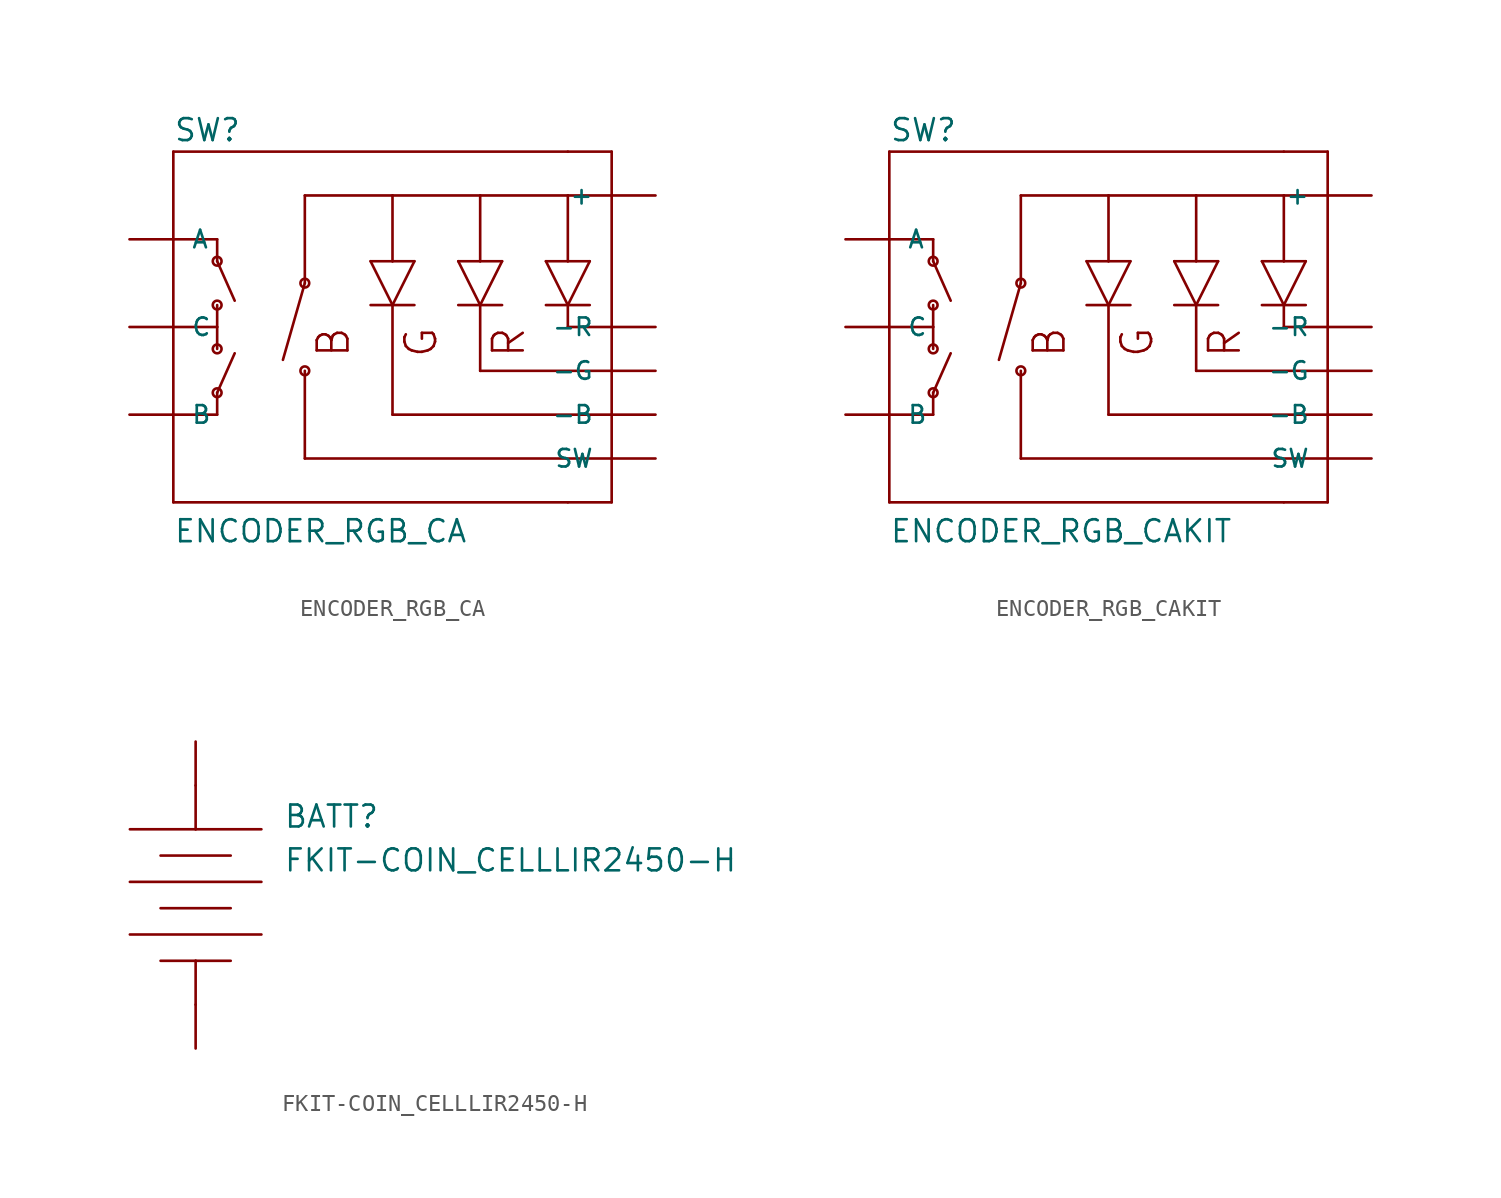
<source format=kicad_sym>
(kicad_symbol_lib
  (version 20211014)
  (generator kicad_symbol_editor)
  (symbol "ENCODER_RGB_CA"
    (pin_numbers hide)
    (pin_names
      (offset 1.016))
    (property "Reference" "SW"
      (at -12.7 10.668 0)
      (effects (font (size 1.27 1.27)) (justify left bottom)))
    (property "Value" "ENCODER_RGB_CA"
      (at -12.7 -12.573 0)
      (effects (font (size 1.27 1.27)) (justify left bottom)))
    (property "ki_locked" ""
      (at 0 0 0)
      (effects (font (size 1.27 1.27))))
    (symbol "ENCODER_RGB_CA_1_0"
      (polyline (pts (xy -12.7 -10.16) (xy 10.16 -10.16)) (stroke (width 0) (type default) (color 0 0 0 0)) (fill (type none)))
      (polyline (pts (xy -12.7 -5.08) (xy -12.7 -10.16)) (stroke (width 0) (type default) (color 0 0 0 0)) (fill (type none)))
      (polyline (pts (xy -12.7 0) (xy -12.7 -5.08)) (stroke (width 0) (type default) (color 0 0 0 0)) (fill (type none)))
      (polyline (pts (xy -12.7 5.08) (xy -12.7 0)) (stroke (width 0) (type default) (color 0 0 0 0)) (fill (type none)))
      (polyline (pts (xy -12.7 5.08) (xy -10.16 5.08)) (stroke (width 0) (type default) (color 0 0 0 0)) (fill (type none)))
      (polyline (pts (xy -12.7 10.16) (xy -12.7 5.08)) (stroke (width 0) (type default) (color 0 0 0 0)) (fill (type none)))
      (polyline (pts (xy -10.16 -5.08) (xy -12.7 -5.08)) (stroke (width 0) (type default) (color 0 0 0 0)) (fill (type none)))
      (polyline (pts (xy -10.16 -5.08) (xy -10.16 -3.81)) (stroke (width 0) (type default) (color 0 0 0 0)) (fill (type none)))
      (polyline (pts (xy -10.16 -3.81) (xy -9.144 -1.524)) (stroke (width 0) (type default) (color 0 0 0 0)) (fill (type none)))
      (polyline (pts (xy -10.16 0) (xy -12.7 0)) (stroke (width 0) (type default) (color 0 0 0 0)) (fill (type none)))
      (polyline (pts (xy -10.16 0) (xy -10.16 -1.27)) (stroke (width 0) (type default) (color 0 0 0 0)) (fill (type none)))
      (polyline (pts (xy -10.16 0) (xy -10.16 1.27)) (stroke (width 0) (type default) (color 0 0 0 0)) (fill (type none)))
      (polyline (pts (xy -10.16 3.81) (xy -9.144 1.524)) (stroke (width 0) (type default) (color 0 0 0 0)) (fill (type none)))
      (polyline (pts (xy -10.16 5.08) (xy -10.16 3.81)) (stroke (width 0) (type default) (color 0 0 0 0)) (fill (type none)))
      (polyline (pts (xy -5.08 -7.62) (xy -5.08 -2.54)) (stroke (width 0) (type default) (color 0 0 0 0)) (fill (type none)))
      (polyline (pts (xy -5.08 -7.62) (xy 12.7 -7.62)) (stroke (width 0) (type default) (color 0 0 0 0)) (fill (type none)))
      (polyline (pts (xy -5.08 2.54) (xy -6.35 -1.905)) (stroke (width 0) (type default) (color 0 0 0 0)) (fill (type none)))
      (polyline (pts (xy -5.08 7.62) (xy -5.08 2.54)) (stroke (width 0) (type default) (color 0 0 0 0)) (fill (type none)))
      (polyline (pts (xy -5.08 7.62) (xy 0 7.62)) (stroke (width 0) (type default) (color 0 0 0 0)) (fill (type none)))
      (polyline (pts (xy -1.27 1.27) (xy 0 1.27)) (stroke (width 0) (type default) (color 0 0 0 0)) (fill (type none)))
      (polyline (pts (xy -1.27 3.81) (xy 0 1.27)) (stroke (width 0) (type default) (color 0 0 0 0)) (fill (type none)))
      (polyline (pts (xy -1.27 3.81) (xy 0 3.81)) (stroke (width 0) (type default) (color 0 0 0 0)) (fill (type none)))
      (polyline (pts (xy 0 -5.08) (xy 0 1.27)) (stroke (width 0) (type default) (color 0 0 0 0)) (fill (type none)))
      (polyline (pts (xy 0 -5.08) (xy 12.7 -5.08)) (stroke (width 0) (type default) (color 0 0 0 0)) (fill (type none)))
      (polyline (pts (xy 0 1.27) (xy 1.27 1.27)) (stroke (width 0) (type default) (color 0 0 0 0)) (fill (type none)))
      (polyline (pts (xy 0 1.27) (xy 1.27 3.81)) (stroke (width 0) (type default) (color 0 0 0 0)) (fill (type none)))
      (polyline (pts (xy 0 3.81) (xy 1.27 3.81)) (stroke (width 0) (type default) (color 0 0 0 0)) (fill (type none)))
      (polyline (pts (xy 0 7.62) (xy 0 3.81)) (stroke (width 0) (type default) (color 0 0 0 0)) (fill (type none)))
      (polyline (pts (xy 0 7.62) (xy 5.08 7.62)) (stroke (width 0) (type default) (color 0 0 0 0)) (fill (type none)))
      (polyline (pts (xy 3.81 1.27) (xy 5.08 1.27)) (stroke (width 0) (type default) (color 0 0 0 0)) (fill (type none)))
      (polyline (pts (xy 3.81 3.81) (xy 5.08 1.27)) (stroke (width 0) (type default) (color 0 0 0 0)) (fill (type none)))
      (polyline (pts (xy 3.81 3.81) (xy 5.08 3.81)) (stroke (width 0) (type default) (color 0 0 0 0)) (fill (type none)))
      (polyline (pts (xy 5.08 -2.54) (xy 5.08 1.27)) (stroke (width 0) (type default) (color 0 0 0 0)) (fill (type none)))
      (polyline (pts (xy 5.08 -2.54) (xy 12.7 -2.54)) (stroke (width 0) (type default) (color 0 0 0 0)) (fill (type none)))
      (polyline (pts (xy 5.08 1.27) (xy 6.35 1.27)) (stroke (width 0) (type default) (color 0 0 0 0)) (fill (type none)))
      (polyline (pts (xy 5.08 1.27) (xy 6.35 3.81)) (stroke (width 0) (type default) (color 0 0 0 0)) (fill (type none)))
      (polyline (pts (xy 5.08 3.81) (xy 6.35 3.81)) (stroke (width 0) (type default) (color 0 0 0 0)) (fill (type none)))
      (polyline (pts (xy 5.08 7.62) (xy 5.08 3.81)) (stroke (width 0) (type default) (color 0 0 0 0)) (fill (type none)))
      (polyline (pts (xy 5.08 7.62) (xy 10.16 7.62)) (stroke (width 0) (type default) (color 0 0 0 0)) (fill (type none)))
      (polyline (pts (xy 8.89 1.27) (xy 10.16 1.27)) (stroke (width 0) (type default) (color 0 0 0 0)) (fill (type none)))
      (polyline (pts (xy 8.89 3.81) (xy 10.16 1.27)) (stroke (width 0) (type default) (color 0 0 0 0)) (fill (type none)))
      (polyline (pts (xy 8.89 3.81) (xy 10.16 3.81)) (stroke (width 0) (type default) (color 0 0 0 0)) (fill (type none)))
      (polyline (pts (xy 10.16 0) (xy 10.16 1.27)) (stroke (width 0) (type default) (color 0 0 0 0)) (fill (type none)))
      (polyline (pts (xy 10.16 0) (xy 12.7 0)) (stroke (width 0) (type default) (color 0 0 0 0)) (fill (type none)))
      (polyline (pts (xy 10.16 1.27) (xy 11.43 1.27)) (stroke (width 0) (type default) (color 0 0 0 0)) (fill (type none)))
      (polyline (pts (xy 10.16 1.27) (xy 11.43 3.81)) (stroke (width 0) (type default) (color 0 0 0 0)) (fill (type none)))
      (polyline (pts (xy 10.16 3.81) (xy 11.43 3.81)) (stroke (width 0) (type default) (color 0 0 0 0)) (fill (type none)))
      (polyline (pts (xy 10.16 7.62) (xy 10.16 3.81)) (stroke (width 0) (type default) (color 0 0 0 0)) (fill (type none)))
      (polyline (pts (xy 10.16 7.62) (xy 12.7 7.62)) (stroke (width 0) (type default) (color 0 0 0 0)) (fill (type none)))
      (polyline (pts (xy 10.16 10.16) (xy -12.7 10.16)) (stroke (width 0) (type default) (color 0 0 0 0)) (fill (type none)))
      (polyline (pts (xy 10.16 10.16) (xy 12.7 10.16)) (stroke (width 0) (type default) (color 0 0 0 0)) (fill (type none)))
      (polyline (pts (xy 12.7 -10.16) (xy 10.16 -10.16)) (stroke (width 0) (type default) (color 0 0 0 0)) (fill (type none)))
      (polyline (pts (xy 12.7 10.16) (xy 12.7 -10.16)) (stroke (width 0) (type default) (color 0 0 0 0)) (fill (type none)))
      (text "B" (at -3.429 -0.889 1800) (effects (font (size 1.778 1.778))))
      (text "G" (at 1.651 -0.889 1800) (effects (font (size 1.778 1.778))))
      (text "R" (at 6.731 -0.889 1800) (effects (font (size 1.778 1.778)))))
    (symbol "ENCODER_RGB_CA_1_1"
      (circle (center -10.16 -3.81) (radius 0.254) (stroke (width 0) (type default) (color 0 0 0 0)) (fill (type none)))
      (circle (center -10.16 -1.27) (radius 0.254) (stroke (width 0) (type default) (color 0 0 0 0)) (fill (type none)))
      (circle (center -10.16 1.27) (radius 0.254) (stroke (width 0) (type default) (color 0 0 0 0)) (fill (type none)))
      (circle (center -10.16 3.81) (radius 0.254) (stroke (width 0) (type default) (color 0 0 0 0)) (fill (type none)))
      (circle (center -5.08 -2.54) (radius 0.254) (stroke (width 0) (type default) (color 0 0 0 0)) (fill (type none)))
      (circle (center -5.08 2.54) (radius 0.254) (stroke (width 0) (type default) (color 0 0 0 0)) (fill (type none)))
      (pin passive line (at 15.24 0 180) (length 2.54) (name "-R" (effects (font (size 1.016 1.016)))) (number "1" (effects (font (size 1.016 1.016)))))
      (pin passive line (at 15.24 -2.54 180) (length 2.54) (name "-G" (effects (font (size 1.016 1.016)))) (number "2" (effects (font (size 1.016 1.016)))))
      (pin passive line (at 15.24 -7.62 180) (length 2.54) (name "SW" (effects (font (size 1.016 1.016)))) (number "3" (effects (font (size 1.016 1.016)))))
      (pin passive line (at 15.24 -5.08 180) (length 2.54) (name "-B" (effects (font (size 1.016 1.016)))) (number "4" (effects (font (size 1.016 1.016)))))
      (pin passive line (at 15.24 7.62 180) (length 2.54) (name "+" (effects (font (size 1.016 1.016)))) (number "5" (effects (font (size 1.016 1.016)))))
      (pin bidirectional line (at -15.24 5.08 0) (length 2.54) (name "A" (effects (font (size 1.016 1.016)))) (number "A" (effects (font (size 1.016 1.016)))))
      (pin bidirectional line (at -15.24 -5.08 0) (length 2.54) (name "B" (effects (font (size 1.016 1.016)))) (number "B" (effects (font (size 1.016 1.016)))))
      (pin bidirectional line (at -15.24 0 0) (length 2.54) (name "C" (effects (font (size 1.016 1.016)))) (number "C" (effects (font (size 1.016 1.016)))))))
  (symbol "ENCODER_RGB_CAKIT"
    (pin_numbers hide)
    (pin_names
      (offset 1.016))
    (property "Reference" "SW"
      (at -12.7 10.668 0)
      (effects (font (size 1.27 1.27)) (justify left bottom)))
    (property "Value" "ENCODER_RGB_CAKIT"
      (at -12.7 -12.573 0)
      (effects (font (size 1.27 1.27)) (justify left bottom)))
    (property "ki_locked" ""
      (at 0 0 0)
      (effects (font (size 1.27 1.27))))
    (symbol "ENCODER_RGB_CAKIT_1_0"
      (polyline (pts (xy -12.7 -10.16) (xy 10.16 -10.16)) (stroke (width 0) (type default) (color 0 0 0 0)) (fill (type none)))
      (polyline (pts (xy -12.7 -5.08) (xy -12.7 -10.16)) (stroke (width 0) (type default) (color 0 0 0 0)) (fill (type none)))
      (polyline (pts (xy -12.7 0) (xy -12.7 -5.08)) (stroke (width 0) (type default) (color 0 0 0 0)) (fill (type none)))
      (polyline (pts (xy -12.7 5.08) (xy -12.7 0)) (stroke (width 0) (type default) (color 0 0 0 0)) (fill (type none)))
      (polyline (pts (xy -12.7 5.08) (xy -10.16 5.08)) (stroke (width 0) (type default) (color 0 0 0 0)) (fill (type none)))
      (polyline (pts (xy -12.7 10.16) (xy -12.7 5.08)) (stroke (width 0) (type default) (color 0 0 0 0)) (fill (type none)))
      (polyline (pts (xy -10.16 -5.08) (xy -12.7 -5.08)) (stroke (width 0) (type default) (color 0 0 0 0)) (fill (type none)))
      (polyline (pts (xy -10.16 -5.08) (xy -10.16 -3.81)) (stroke (width 0) (type default) (color 0 0 0 0)) (fill (type none)))
      (polyline (pts (xy -10.16 -3.81) (xy -9.144 -1.524)) (stroke (width 0) (type default) (color 0 0 0 0)) (fill (type none)))
      (polyline (pts (xy -10.16 0) (xy -12.7 0)) (stroke (width 0) (type default) (color 0 0 0 0)) (fill (type none)))
      (polyline (pts (xy -10.16 0) (xy -10.16 -1.27)) (stroke (width 0) (type default) (color 0 0 0 0)) (fill (type none)))
      (polyline (pts (xy -10.16 0) (xy -10.16 1.27)) (stroke (width 0) (type default) (color 0 0 0 0)) (fill (type none)))
      (polyline (pts (xy -10.16 3.81) (xy -9.144 1.524)) (stroke (width 0) (type default) (color 0 0 0 0)) (fill (type none)))
      (polyline (pts (xy -10.16 5.08) (xy -10.16 3.81)) (stroke (width 0) (type default) (color 0 0 0 0)) (fill (type none)))
      (polyline (pts (xy -5.08 -7.62) (xy -5.08 -2.54)) (stroke (width 0) (type default) (color 0 0 0 0)) (fill (type none)))
      (polyline (pts (xy -5.08 -7.62) (xy 12.7 -7.62)) (stroke (width 0) (type default) (color 0 0 0 0)) (fill (type none)))
      (polyline (pts (xy -5.08 2.54) (xy -6.35 -1.905)) (stroke (width 0) (type default) (color 0 0 0 0)) (fill (type none)))
      (polyline (pts (xy -5.08 7.62) (xy -5.08 2.54)) (stroke (width 0) (type default) (color 0 0 0 0)) (fill (type none)))
      (polyline (pts (xy -5.08 7.62) (xy 0 7.62)) (stroke (width 0) (type default) (color 0 0 0 0)) (fill (type none)))
      (polyline (pts (xy -1.27 1.27) (xy 0 1.27)) (stroke (width 0) (type default) (color 0 0 0 0)) (fill (type none)))
      (polyline (pts (xy -1.27 3.81) (xy 0 1.27)) (stroke (width 0) (type default) (color 0 0 0 0)) (fill (type none)))
      (polyline (pts (xy -1.27 3.81) (xy 0 3.81)) (stroke (width 0) (type default) (color 0 0 0 0)) (fill (type none)))
      (polyline (pts (xy 0 -5.08) (xy 0 1.27)) (stroke (width 0) (type default) (color 0 0 0 0)) (fill (type none)))
      (polyline (pts (xy 0 -5.08) (xy 12.7 -5.08)) (stroke (width 0) (type default) (color 0 0 0 0)) (fill (type none)))
      (polyline (pts (xy 0 1.27) (xy 1.27 1.27)) (stroke (width 0) (type default) (color 0 0 0 0)) (fill (type none)))
      (polyline (pts (xy 0 1.27) (xy 1.27 3.81)) (stroke (width 0) (type default) (color 0 0 0 0)) (fill (type none)))
      (polyline (pts (xy 0 3.81) (xy 1.27 3.81)) (stroke (width 0) (type default) (color 0 0 0 0)) (fill (type none)))
      (polyline (pts (xy 0 7.62) (xy 0 3.81)) (stroke (width 0) (type default) (color 0 0 0 0)) (fill (type none)))
      (polyline (pts (xy 0 7.62) (xy 5.08 7.62)) (stroke (width 0) (type default) (color 0 0 0 0)) (fill (type none)))
      (polyline (pts (xy 3.81 1.27) (xy 5.08 1.27)) (stroke (width 0) (type default) (color 0 0 0 0)) (fill (type none)))
      (polyline (pts (xy 3.81 3.81) (xy 5.08 1.27)) (stroke (width 0) (type default) (color 0 0 0 0)) (fill (type none)))
      (polyline (pts (xy 3.81 3.81) (xy 5.08 3.81)) (stroke (width 0) (type default) (color 0 0 0 0)) (fill (type none)))
      (polyline (pts (xy 5.08 -2.54) (xy 5.08 1.27)) (stroke (width 0) (type default) (color 0 0 0 0)) (fill (type none)))
      (polyline (pts (xy 5.08 -2.54) (xy 12.7 -2.54)) (stroke (width 0) (type default) (color 0 0 0 0)) (fill (type none)))
      (polyline (pts (xy 5.08 1.27) (xy 6.35 1.27)) (stroke (width 0) (type default) (color 0 0 0 0)) (fill (type none)))
      (polyline (pts (xy 5.08 1.27) (xy 6.35 3.81)) (stroke (width 0) (type default) (color 0 0 0 0)) (fill (type none)))
      (polyline (pts (xy 5.08 3.81) (xy 6.35 3.81)) (stroke (width 0) (type default) (color 0 0 0 0)) (fill (type none)))
      (polyline (pts (xy 5.08 7.62) (xy 5.08 3.81)) (stroke (width 0) (type default) (color 0 0 0 0)) (fill (type none)))
      (polyline (pts (xy 5.08 7.62) (xy 10.16 7.62)) (stroke (width 0) (type default) (color 0 0 0 0)) (fill (type none)))
      (polyline (pts (xy 8.89 1.27) (xy 10.16 1.27)) (stroke (width 0) (type default) (color 0 0 0 0)) (fill (type none)))
      (polyline (pts (xy 8.89 3.81) (xy 10.16 1.27)) (stroke (width 0) (type default) (color 0 0 0 0)) (fill (type none)))
      (polyline (pts (xy 8.89 3.81) (xy 10.16 3.81)) (stroke (width 0) (type default) (color 0 0 0 0)) (fill (type none)))
      (polyline (pts (xy 10.16 0) (xy 10.16 1.27)) (stroke (width 0) (type default) (color 0 0 0 0)) (fill (type none)))
      (polyline (pts (xy 10.16 0) (xy 12.7 0)) (stroke (width 0) (type default) (color 0 0 0 0)) (fill (type none)))
      (polyline (pts (xy 10.16 1.27) (xy 11.43 1.27)) (stroke (width 0) (type default) (color 0 0 0 0)) (fill (type none)))
      (polyline (pts (xy 10.16 1.27) (xy 11.43 3.81)) (stroke (width 0) (type default) (color 0 0 0 0)) (fill (type none)))
      (polyline (pts (xy 10.16 3.81) (xy 11.43 3.81)) (stroke (width 0) (type default) (color 0 0 0 0)) (fill (type none)))
      (polyline (pts (xy 10.16 7.62) (xy 10.16 3.81)) (stroke (width 0) (type default) (color 0 0 0 0)) (fill (type none)))
      (polyline (pts (xy 10.16 7.62) (xy 12.7 7.62)) (stroke (width 0) (type default) (color 0 0 0 0)) (fill (type none)))
      (polyline (pts (xy 10.16 10.16) (xy -12.7 10.16)) (stroke (width 0) (type default) (color 0 0 0 0)) (fill (type none)))
      (polyline (pts (xy 10.16 10.16) (xy 12.7 10.16)) (stroke (width 0) (type default) (color 0 0 0 0)) (fill (type none)))
      (polyline (pts (xy 12.7 -10.16) (xy 10.16 -10.16)) (stroke (width 0) (type default) (color 0 0 0 0)) (fill (type none)))
      (polyline (pts (xy 12.7 10.16) (xy 12.7 -10.16)) (stroke (width 0) (type default) (color 0 0 0 0)) (fill (type none)))
      (text "B" (at -3.429 -0.889 1800) (effects (font (size 1.778 1.778))))
      (text "G" (at 1.651 -0.889 1800) (effects (font (size 1.778 1.778))))
      (text "R" (at 6.731 -0.889 1800) (effects (font (size 1.778 1.778)))))
    (symbol "ENCODER_RGB_CAKIT_1_1"
      (circle (center -10.16 -3.81) (radius 0.254) (stroke (width 0) (type default) (color 0 0 0 0)) (fill (type none)))
      (circle (center -10.16 -1.27) (radius 0.254) (stroke (width 0) (type default) (color 0 0 0 0)) (fill (type none)))
      (circle (center -10.16 1.27) (radius 0.254) (stroke (width 0) (type default) (color 0 0 0 0)) (fill (type none)))
      (circle (center -10.16 3.81) (radius 0.254) (stroke (width 0) (type default) (color 0 0 0 0)) (fill (type none)))
      (circle (center -5.08 -2.54) (radius 0.254) (stroke (width 0) (type default) (color 0 0 0 0)) (fill (type none)))
      (circle (center -5.08 2.54) (radius 0.254) (stroke (width 0) (type default) (color 0 0 0 0)) (fill (type none)))
      (pin passive line (at 15.24 0 180) (length 2.54) (name "-R" (effects (font (size 1.016 1.016)))) (number "1" (effects (font (size 1.016 1.016)))))
      (pin passive line (at 15.24 -2.54 180) (length 2.54) (name "-G" (effects (font (size 1.016 1.016)))) (number "2" (effects (font (size 1.016 1.016)))))
      (pin passive line (at 15.24 -7.62 180) (length 2.54) (name "SW" (effects (font (size 1.016 1.016)))) (number "3" (effects (font (size 1.016 1.016)))))
      (pin passive line (at 15.24 -5.08 180) (length 2.54) (name "-B" (effects (font (size 1.016 1.016)))) (number "4" (effects (font (size 1.016 1.016)))))
      (pin passive line (at 15.24 7.62 180) (length 2.54) (name "+" (effects (font (size 1.016 1.016)))) (number "5" (effects (font (size 1.016 1.016)))))
      (pin bidirectional line (at -15.24 5.08 0) (length 2.54) (name "A" (effects (font (size 1.016 1.016)))) (number "A" (effects (font (size 1.016 1.016)))))
      (pin bidirectional line (at -15.24 -5.08 0) (length 2.54) (name "B" (effects (font (size 1.016 1.016)))) (number "B" (effects (font (size 1.016 1.016)))))
      (pin bidirectional line (at -15.24 0 0) (length 2.54) (name "C" (effects (font (size 1.016 1.016)))) (number "C" (effects (font (size 1.016 1.016)))))))
  (symbol "FKIT-COIN_CELLLIR2450-H"
    (pin_numbers hide)
    (pin_names
      (offset 1.016) hide)
    (property "Reference" "BATT"
      (at 5.08 5.08 0)
      (effects (font (size 1.27 1.27)) (justify left bottom)))
    (property "Value" "FKIT-COIN_CELLLIR2450-H"
      (at 5.08 2.54 0)
      (effects (font (size 1.27 1.27)) (justify left bottom)))
    (property "ki_locked" ""
      (at 0 0 0)
      (effects (font (size 1.27 1.27))))
    (symbol "FKIT-COIN_CELLLIR2450-H_1_0"
      (polyline (pts (xy -3.81 -1.016) (xy 3.81 -1.016)) (stroke (width 0) (type default) (color 0 0 0 0)) (fill (type none)))
      (polyline (pts (xy -3.81 2.032) (xy 3.81 2.032)) (stroke (width 0) (type default) (color 0 0 0 0)) (fill (type none)))
      (polyline (pts (xy -3.81 5.08) (xy 0 5.08)) (stroke (width 0) (type default) (color 0 0 0 0)) (fill (type none)))
      (polyline (pts (xy -2.032 -2.54) (xy 0 -2.54)) (stroke (width 0) (type default) (color 0 0 0 0)) (fill (type none)))
      (polyline (pts (xy -2.032 0.508) (xy 2.032 0.508)) (stroke (width 0) (type default) (color 0 0 0 0)) (fill (type none)))
      (polyline (pts (xy -2.032 3.556) (xy 2.032 3.556)) (stroke (width 0) (type default) (color 0 0 0 0)) (fill (type none)))
      (polyline (pts (xy 0 -5.08) (xy 0 -2.54)) (stroke (width 0) (type default) (color 0 0 0 0)) (fill (type none)))
      (polyline (pts (xy 0 -2.54) (xy 2.032 -2.54)) (stroke (width 0) (type default) (color 0 0 0 0)) (fill (type none)))
      (polyline (pts (xy 0 5.08) (xy 3.81 5.08)) (stroke (width 0) (type default) (color 0 0 0 0)) (fill (type none)))
      (polyline (pts (xy 0 7.62) (xy 0 5.08)) (stroke (width 0) (type default) (color 0 0 0 0)) (fill (type none))))
    (symbol "FKIT-COIN_CELLLIR2450-H_1_1"
      (pin bidirectional line (at 0 -7.62 90) (length 2.54) (name "NEG" (effects (font (size 1.016 1.016)))) (number "NEG" (effects (font (size 1.016 1.016)))))
      (pin bidirectional line (at 0 10.16 270) (length 2.54) (name "POS" (effects (font (size 1.016 1.016)))) (number "POS" (effects (font (size 1.016 1.016))))))))
</source>
